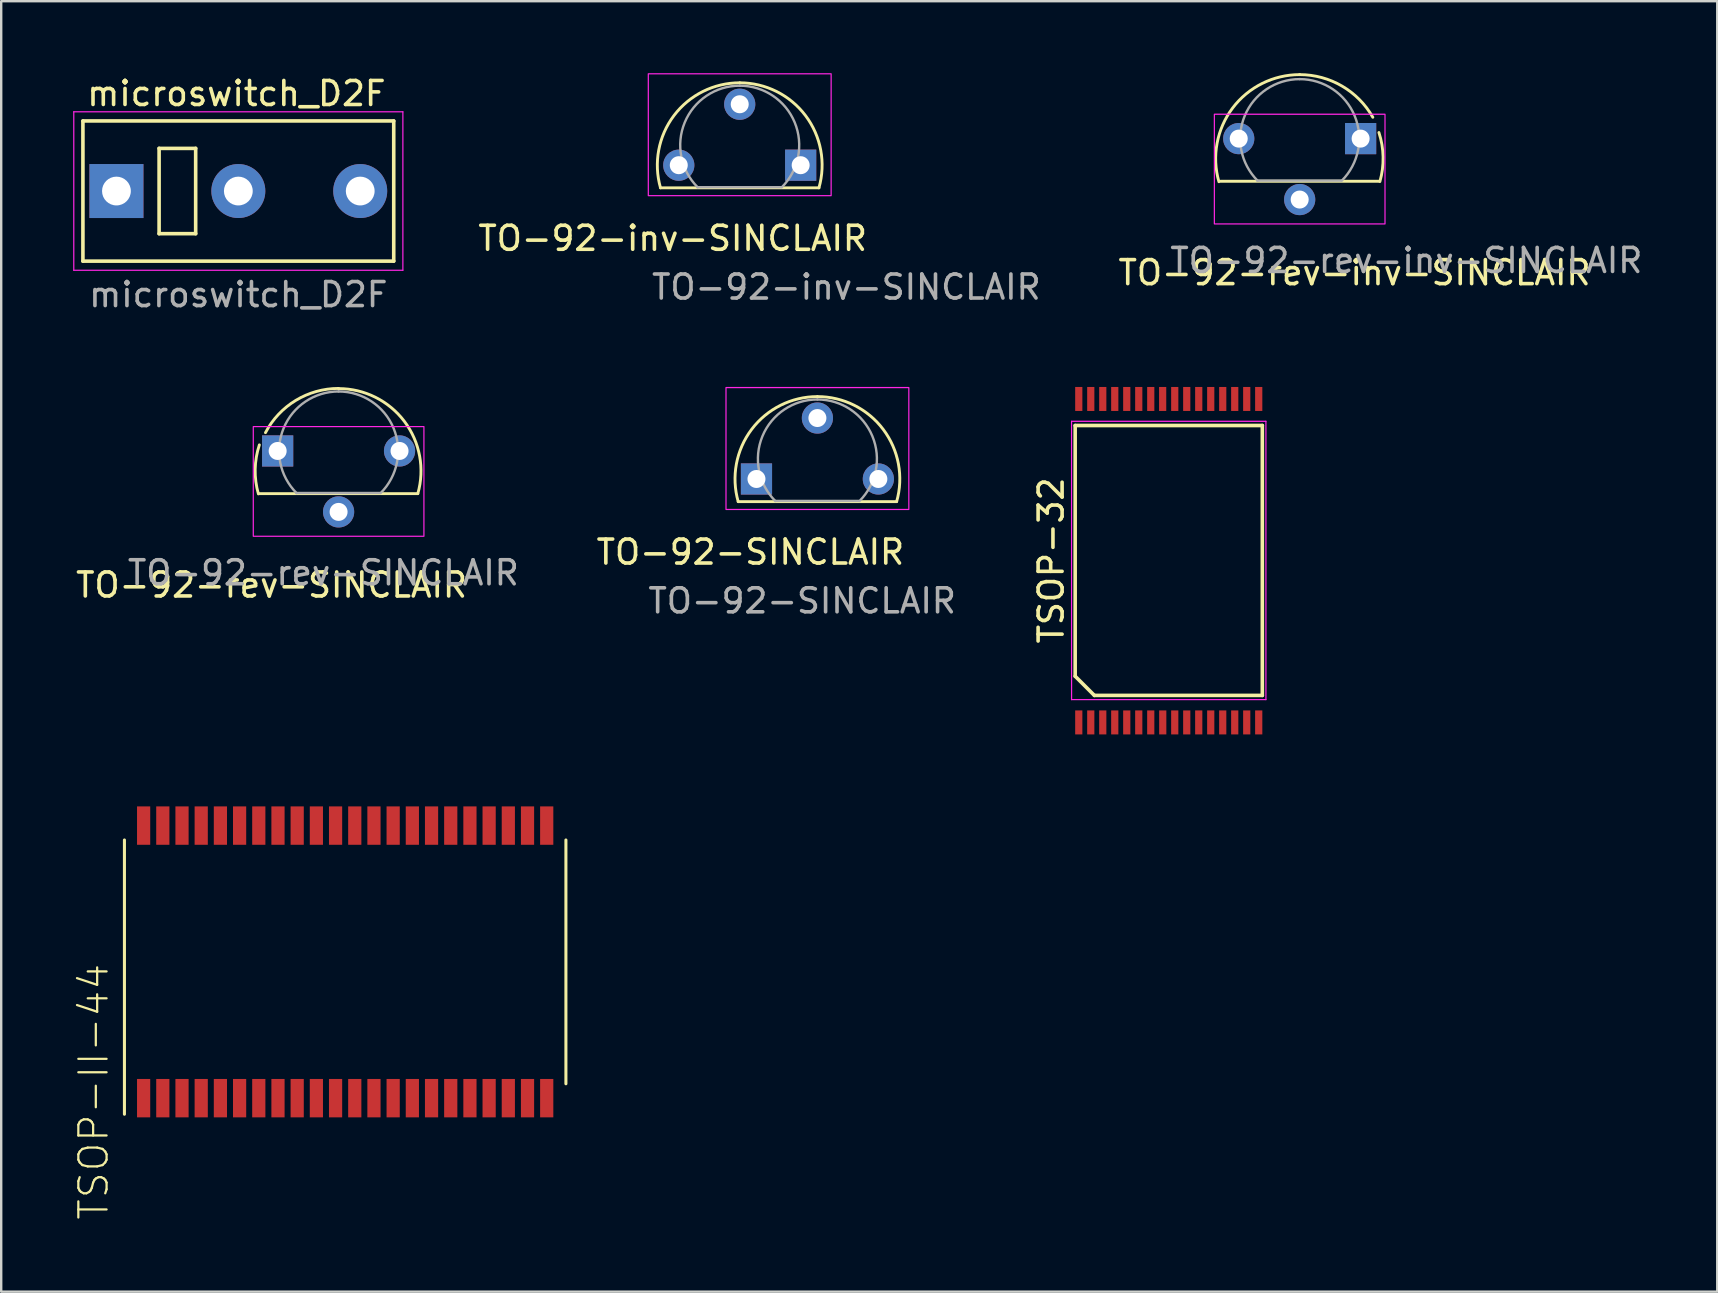
<source format=kicad_pcb>
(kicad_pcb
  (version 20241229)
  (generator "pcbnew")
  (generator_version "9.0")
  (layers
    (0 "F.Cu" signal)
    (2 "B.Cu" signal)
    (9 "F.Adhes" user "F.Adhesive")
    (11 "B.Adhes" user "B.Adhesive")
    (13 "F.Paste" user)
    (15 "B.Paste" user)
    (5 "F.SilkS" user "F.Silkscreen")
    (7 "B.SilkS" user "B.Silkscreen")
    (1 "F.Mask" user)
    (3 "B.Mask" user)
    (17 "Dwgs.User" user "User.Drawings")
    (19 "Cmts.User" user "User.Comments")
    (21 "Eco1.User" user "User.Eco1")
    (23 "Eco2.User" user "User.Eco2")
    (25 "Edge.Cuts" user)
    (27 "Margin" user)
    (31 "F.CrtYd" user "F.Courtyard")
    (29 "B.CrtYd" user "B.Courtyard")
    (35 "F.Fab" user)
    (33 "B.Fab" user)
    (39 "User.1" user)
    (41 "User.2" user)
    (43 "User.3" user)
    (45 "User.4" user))
  (footprint "TO-92-SINCLAIR"
    (layer "F.Cu")
    (at 28.478 16.913)
    (property "Reference" "TO-92-SINCLAIR" (at -0.254 3.048 0) (layer "F.SilkS") (effects (font (size 1 1) (thickness 0.15))))
    (attr through_hole)
    (fp_line (start -0.762 0.943) (end 5.842 0.943) (stroke (width 0.12) (type solid)) (layer "F.SilkS"))
    (fp_arc (start -0.761873 0.943393) (mid -0.201529 -2.067939) (end 2.54 -3.434) (stroke (width 0.12) (type solid)) (layer "F.SilkS"))
    (fp_arc (start 2.54 -3.433999) (mid 5.281529 -2.067938) (end 5.841872 0.943393) (stroke (width 0.12) (type solid)) (layer "F.SilkS"))
    (fp_rect (start -1.27 -3.81) (end 6.35 1.27) (stroke (width 0.05) (type default)) (fill no) (layer "F.CrtYd"))
    (fp_line (start 0.77 0.916) (end 4.27 0.916) (stroke (width 0.1) (type solid)) (layer "F.Fab"))
    (fp_arc (start 0.786375 0.919625) (mid 0.248779 -1.783055) (end 2.54 -3.314) (stroke (width 0.1) (type solid)) (layer "F.Fab"))
    (fp_arc (start 2.54 -3.314) (mid 4.831221 -1.783055) (end 4.293625 0.919625) (stroke (width 0.1) (type solid)) (layer "F.Fab"))
    (fp_text user "${REFERENCE}" (at 1.905 5.08 0) (layer "F.Fab") (effects (font (size 1 1) (thickness 0.15))))
    (pad "1" thru_hole rect (at 0 0) (size 1.3 1.3) (drill 0.75) (layers "*.Cu" "*.Mask"))
    (pad "2" thru_hole circle (at 2.54 -2.54) (size 1.3 1.3) (drill 0.75) (layers "*.Cu" "*.Mask"))
    (pad "3" thru_hole circle (at 5.08 0) (size 1.3 1.3) (drill 0.75) (layers "*.Cu" "*.Mask")))
  (footprint "TSOP-32"
    (layer "F.Cu")
    (at 45.661 20.309)
    (property "Reference" "TSOP-32" (at -4.9 0 90) (layer "F.SilkS") (effects (font (size 1 1) (thickness 0.15))))
    (attr smd)
    (fp_line (start -3.9 -5.625) (end 3.9 -5.625) (stroke (width 0.15) (type solid)) (layer "F.SilkS"))
    (fp_line (start -3.9 4.825) (end -3.9 -5.625) (stroke (width 0.15) (type solid)) (layer "F.SilkS"))
    (fp_line (start -3.1 5.625) (end -3.9 4.825) (stroke (width 0.15) (type solid)) (layer "F.SilkS"))
    (fp_line (start 3.9 -5.625) (end 3.9 5.625) (stroke (width 0.15) (type solid)) (layer "F.SilkS"))
    (fp_line (start 3.9 5.625) (end -3.1 5.625) (stroke (width 0.15) (type solid)) (layer "F.SilkS"))
    (fp_line (start -4.05 -5.8) (end 4.05 -5.8) (stroke (width 0.05) (type solid)) (layer "F.CrtYd"))
    (fp_line (start -4.05 5.8) (end -4.05 -5.8) (stroke (width 0.05) (type solid)) (layer "F.CrtYd"))
    (fp_line (start 4.05 -5.8) (end 4.05 5.8) (stroke (width 0.05) (type solid)) (layer "F.CrtYd"))
    (fp_line (start 4.05 5.8) (end -4.05 5.8) (stroke (width 0.05) (type solid)) (layer "F.CrtYd"))
    (pad "1" smd rect (at -3.75 6.75) (size 0.3 1) (layers "F.Cu" "F.Mask" "F.Paste"))
    (pad "2" smd rect (at -3.25 6.75) (size 0.3 1) (layers "F.Cu" "F.Mask" "F.Paste"))
    (pad "3" smd rect (at -2.75 6.75) (size 0.3 1) (layers "F.Cu" "F.Mask" "F.Paste"))
    (pad "4" smd rect (at -2.25 6.75) (size 0.3 1) (layers "F.Cu" "F.Mask" "F.Paste"))
    (pad "5" smd rect (at -1.75 6.75) (size 0.3 1) (layers "F.Cu" "F.Mask" "F.Paste"))
    (pad "6" smd rect (at -1.25 6.75) (size 0.3 1) (layers "F.Cu" "F.Mask" "F.Paste"))
    (pad "7" smd rect (at -0.75 6.75) (size 0.3 1) (layers "F.Cu" "F.Mask" "F.Paste"))
    (pad "8" smd rect (at -0.25 6.75) (size 0.3 1) (layers "F.Cu" "F.Mask" "F.Paste"))
    (pad "9" smd rect (at 0.25 6.75) (size 0.3 1) (layers "F.Cu" "F.Mask" "F.Paste"))
    (pad "10" smd rect (at 0.75 6.75) (size 0.3 1) (layers "F.Cu" "F.Mask" "F.Paste"))
    (pad "11" smd rect (at 1.25 6.75) (size 0.3 1) (layers "F.Cu" "F.Mask" "F.Paste"))
    (pad "12" smd rect (at 1.75 6.75) (size 0.3 1) (layers "F.Cu" "F.Mask" "F.Paste"))
    (pad "13" smd rect (at 2.25 6.75) (size 0.3 1) (layers "F.Cu" "F.Mask" "F.Paste"))
    (pad "14" smd rect (at 2.75 6.75) (size 0.3 1) (layers "F.Cu" "F.Mask" "F.Paste"))
    (pad "15" smd rect (at 3.25 6.75) (size 0.3 1) (layers "F.Cu" "F.Mask" "F.Paste"))
    (pad "16" smd rect (at 3.75 6.75) (size 0.3 1) (layers "F.Cu" "F.Mask" "F.Paste"))
    (pad "17" smd rect (at 3.75 -6.731) (size 0.3 1) (layers "F.Cu" "F.Mask" "F.Paste"))
    (pad "18" smd rect (at 3.25 -6.731) (size 0.3 1) (layers "F.Cu" "F.Mask" "F.Paste"))
    (pad "19" smd rect (at 2.75 -6.731) (size 0.3 1) (layers "F.Cu" "F.Mask" "F.Paste"))
    (pad "20" smd rect (at 2.25 -6.731) (size 0.3 1) (layers "F.Cu" "F.Mask" "F.Paste"))
    (pad "21" smd rect (at 1.75 -6.731) (size 0.3 1) (layers "F.Cu" "F.Mask" "F.Paste"))
    (pad "22" smd rect (at 1.25 -6.731) (size 0.3 1) (layers "F.Cu" "F.Mask" "F.Paste"))
    (pad "23" smd rect (at 0.75 -6.731) (size 0.3 1) (layers "F.Cu" "F.Mask" "F.Paste"))
    (pad "24" smd rect (at 0.25 -6.731) (size 0.3 1) (layers "F.Cu" "F.Mask" "F.Paste"))
    (pad "25" smd rect (at -0.254 -6.731) (size 0.3 1) (layers "F.Cu" "F.Mask" "F.Paste"))
    (pad "26" smd rect (at -0.75 -6.731) (size 0.3 1) (layers "F.Cu" "F.Mask" "F.Paste"))
    (pad "27" smd rect (at -1.25 -6.731) (size 0.3 1) (layers "F.Cu" "F.Mask" "F.Paste"))
    (pad "28" smd rect (at -1.75 -6.731) (size 0.3 1) (layers "F.Cu" "F.Mask" "F.Paste"))
    (pad "29" smd rect (at -2.25 -6.731) (size 0.3 1) (layers "F.Cu" "F.Mask" "F.Paste"))
    (pad "30" smd rect (at -2.75 -6.731) (size 0.3 1) (layers "F.Cu" "F.Mask" "F.Paste"))
    (pad "31" smd rect (at -3.25 -6.731) (size 0.3 1) (layers "F.Cu" "F.Mask" "F.Paste"))
    (pad "32" smd rect (at -3.75 -6.731) (size 0.3 1) (layers "F.Cu" "F.Mask" "F.Paste")))
  (footprint "TO-92-inv-SINCLAIR"
    (layer "F.Cu")
    (at 30.32 3.835)
    (property "Reference" "TO-92-inv-SINCLAIR" (at -5.334 3.048 0) (layer "F.SilkS") (effects (font (size 1 1) (thickness 0.15))))
    (attr through_hole)
    (fp_line (start -5.842 0.943) (end 0.762 0.943) (stroke (width 0.12) (type solid)) (layer "F.SilkS"))
    (fp_arc (start -5.841873 0.943393) (mid -5.281529 -2.067939) (end -2.54 -3.434) (stroke (width 0.12) (type solid)) (layer "F.SilkS"))
    (fp_arc (start -2.54 -3.433999) (mid 0.201529 -2.067938) (end 0.761872 0.943393) (stroke (width 0.12) (type solid)) (layer "F.SilkS"))
    (fp_rect (start -6.35 -3.81) (end 1.27 1.27) (stroke (width 0.05) (type default)) (fill no) (layer "F.CrtYd"))
    (fp_line (start -4.31 0.916) (end -0.81 0.916) (stroke (width 0.1) (type solid)) (layer "F.Fab"))
    (fp_arc (start -4.293625 0.919625) (mid -4.831221 -1.783055) (end -2.54 -3.314) (stroke (width 0.1) (type solid)) (layer "F.Fab"))
    (fp_arc (start -2.54 -3.314) (mid -0.248779 -1.783055) (end -0.786375 0.919625) (stroke (width 0.1) (type solid)) (layer "F.Fab"))
    (fp_text user "${REFERENCE}" (at 1.905 5.08 0) (layer "F.Fab") (effects (font (size 1 1) (thickness 0.15))))
    (pad "1" thru_hole rect (at 0 0) (size 1.3 1.3) (drill 0.75) (layers "*.Cu" "*.Mask"))
    (pad "2" thru_hole circle (at -2.54 -2.54) (size 1.3 1.3) (drill 0.75) (layers "*.Cu" "*.Mask"))
    (pad "3" thru_hole circle (at -5.08 0) (size 1.3 1.3) (drill 0.75) (layers "*.Cu" "*.Mask")))
  (footprint "microswitch_D2F"
    (layer "F.Cu")
    (at 1.803 4.912)
    (property "Reference" "microswitch_D2F" (at 5 -4.064 0) (layer "F.SilkS") (effects (font (size 1 1) (thickness 0.15))))
    (attr through_hole)
    (fp_line (start -1.397 -2.921) (end -1.397 2.921) (stroke (width 0.15) (type solid)) (layer "F.SilkS"))
    (fp_line (start -1.397 -2.921) (end 11.557 -2.921) (stroke (width 0.15) (type solid)) (layer "F.SilkS"))
    (fp_line (start -1.397 2.921) (end 11.557 2.921) (stroke (width 0.15) (type solid)) (layer "F.SilkS"))
    (fp_line (start 1.778 -1.778) (end 1.778 1.778) (stroke (width 0.15) (type solid)) (layer "F.SilkS"))
    (fp_line (start 1.778 1.778) (end 3.302 1.778) (stroke (width 0.15) (type solid)) (layer "F.SilkS"))
    (fp_line (start 3.302 -1.778) (end 1.778 -1.778) (stroke (width 0.15) (type solid)) (layer "F.SilkS"))
    (fp_line (start 3.302 1.778) (end 3.302 -1.778) (stroke (width 0.15) (type solid)) (layer "F.SilkS"))
    (fp_line (start 11.557 -2.921) (end 11.557 2.921) (stroke (width 0.15) (type solid)) (layer "F.SilkS"))
    (fp_line (start -1.778 -3.302) (end 11.938 -3.302) (stroke (width 0.05) (type solid)) (layer "F.CrtYd"))
    (fp_line (start -1.778 3.302) (end -1.778 -3.302) (stroke (width 0.05) (type solid)) (layer "F.CrtYd"))
    (fp_line (start 11.938 -3.302) (end 11.938 3.302) (stroke (width 0.05) (type solid)) (layer "F.CrtYd"))
    (fp_line (start 11.938 3.302) (end -1.778 3.302) (stroke (width 0.05) (type solid)) (layer "F.CrtYd"))
    (fp_text user "${REFERENCE}" (at 5.08 4.318 0) (layer "F.Fab") (effects (font (size 1 1) (thickness 0.15))))
    (pad "1" thru_hole circle (at 10.16 0) (size 2.25 2.25) (drill 1.2) (layers "*.Cu" "*.Mask"))
    (pad "2" thru_hole rect (at 0 0 90) (size 2.25 2.25) (drill 1.2) (layers "*.Cu" "*.Mask"))
    (pad "3" thru_hole circle (at 5.08 0) (size 2.25 2.25) (drill 1.2) (layers "*.Cu" "*.Mask")))
  (footprint "TO-92-rev-SINCLAIR"
    (layer "F.Cu")
    (at 8.522 15.745)
    (property "Reference" "TO-92-rev-SINCLAIR" (at -0.254 5.588 0) (layer "F.SilkS") (effects (font (size 1 1) (thickness 0.15))))
    (attr through_hole)
    (fp_line (start -0.762 1.778) (end 5.842 1.778) (stroke (width 0.12) (type solid)) (layer "F.SilkS"))
    (fp_arc (start -0.803044 1.789763) (mid -0.936117 0.764797) (end -0.761999 -0.254) (stroke (width 0.12) (type solid)) (layer "F.SilkS"))
    (fp_arc (start -0.507999 -0.762) (mid 0.758741 -2.109297) (end 2.539999 -2.606244) (stroke (width 0.12) (type solid)) (layer "F.SilkS"))
    (fp_arc (start 2.54 -2.599393) (mid 5.281529 -1.233332) (end 5.841872 1.777999) (stroke (width 0.12) (type solid)) (layer "F.SilkS"))
    (fp_rect (start -1.016 -1.016) (end 6.096 3.556) (stroke (width 0.05) (type default)) (fill no) (layer "F.CrtYd"))
    (fp_line (start 0.77 1.751) (end 4.27 1.751) (stroke (width 0.1) (type solid)) (layer "F.Fab"))
    (fp_arc (start 0.786375 1.754232) (mid 0.248779 -0.948448) (end 2.54 -2.479393) (stroke (width 0.1) (type solid)) (layer "F.Fab"))
    (fp_arc (start 2.54 -2.479393) (mid 4.831221 -0.948448) (end 4.293625 1.754232) (stroke (width 0.1) (type solid)) (layer "F.Fab"))
    (fp_text user "${REFERENCE}" (at 1.905 5.08 0) (layer "F.Fab") (effects (font (size 1 1) (thickness 0.15))))
    (pad "1" thru_hole rect (at 0 0) (size 1.3 1.3) (drill 0.75) (layers "*.Cu" "*.Mask"))
    (pad "2" thru_hole circle (at 2.54 2.54) (size 1.3 1.3) (drill 0.75) (layers "*.Cu" "*.Mask"))
    (pad "3" thru_hole circle (at 5.08 0) (size 1.3 1.3) (drill 0.75) (layers "*.Cu" "*.Mask")))
  (footprint "TSOP-II-44"
    (layer "F.Cu")
    (at 11.336 37.039)
    (property "Reference" "TSOP-II-44" (at -10.484 0 270) (layer "F.SilkS") (effects (font (size 1.177 1.177) (thickness 0.093)) (justify right)))
    (fp_line (start -9.2 6.35) (end -9.2 -5.08) (stroke (width 0.127) (type solid)) (layer "F.SilkS"))
    (fp_line (start 9.2 -5.08) (end 9.2 5.08) (stroke (width 0.127) (type solid)) (layer "F.SilkS"))
    (pad "1" smd rect (at -8.4 5.68 180) (size 0.55 1.6) (layers "F.Cu" "F.Mask" "F.Paste"))
    (pad "2" smd rect (at -7.6 5.68 180) (size 0.55 1.6) (layers "F.Cu" "F.Mask" "F.Paste"))
    (pad "3" smd rect (at -6.8 5.68 180) (size 0.55 1.6) (layers "F.Cu" "F.Mask" "F.Paste"))
    (pad "4" smd rect (at -6 5.68 180) (size 0.55 1.6) (layers "F.Cu" "F.Mask" "F.Paste"))
    (pad "5" smd rect (at -5.2 5.68 180) (size 0.55 1.6) (layers "F.Cu" "F.Mask" "F.Paste"))
    (pad "6" smd rect (at -4.4 5.68 180) (size 0.55 1.6) (layers "F.Cu" "F.Mask" "F.Paste"))
    (pad "7" smd rect (at -3.6 5.68 180) (size 0.55 1.6) (layers "F.Cu" "F.Mask" "F.Paste"))
    (pad "8" smd rect (at -2.8 5.68 180) (size 0.55 1.6) (layers "F.Cu" "F.Mask" "F.Paste"))
    (pad "9" smd rect (at -2 5.68 180) (size 0.55 1.6) (layers "F.Cu" "F.Mask" "F.Paste"))
    (pad "10" smd rect (at -1.2 5.68 180) (size 0.55 1.6) (layers "F.Cu" "F.Mask" "F.Paste"))
    (pad "11" smd rect (at -0.4 5.68 180) (size 0.55 1.6) (layers "F.Cu" "F.Mask" "F.Paste"))
    (pad "12" smd rect (at 0.4 5.68 180) (size 0.55 1.6) (layers "F.Cu" "F.Mask" "F.Paste"))
    (pad "13" smd rect (at 1.2 5.68 180) (size 0.55 1.6) (layers "F.Cu" "F.Mask" "F.Paste"))
    (pad "14" smd rect (at 2 5.68 180) (size 0.55 1.6) (layers "F.Cu" "F.Mask" "F.Paste"))
    (pad "15" smd rect (at 2.8 5.68 180) (size 0.55 1.6) (layers "F.Cu" "F.Mask" "F.Paste"))
    (pad "16" smd rect (at 3.6 5.68 180) (size 0.55 1.6) (layers "F.Cu" "F.Mask" "F.Paste"))
    (pad "17" smd rect (at 4.4 5.68 180) (size 0.55 1.6) (layers "F.Cu" "F.Mask" "F.Paste"))
    (pad "18" smd rect (at 5.2 5.68 180) (size 0.55 1.6) (layers "F.Cu" "F.Mask" "F.Paste"))
    (pad "19" smd rect (at 6 5.68 180) (size 0.55 1.6) (layers "F.Cu" "F.Mask" "F.Paste"))
    (pad "20" smd rect (at 6.8 5.68 180) (size 0.55 1.6) (layers "F.Cu" "F.Mask" "F.Paste"))
    (pad "21" smd rect (at 7.6 5.68 180) (size 0.55 1.6) (layers "F.Cu" "F.Mask" "F.Paste"))
    (pad "22" smd rect (at 8.4 5.68 180) (size 0.55 1.6) (layers "F.Cu" "F.Mask" "F.Paste"))
    (pad "23" smd rect (at 8.4 -5.68 180) (size 0.55 1.6) (layers "F.Cu" "F.Mask" "F.Paste"))
    (pad "24" smd rect (at 7.6 -5.68 180) (size 0.55 1.6) (layers "F.Cu" "F.Mask" "F.Paste"))
    (pad "25" smd rect (at 6.8 -5.68 180) (size 0.55 1.6) (layers "F.Cu" "F.Mask" "F.Paste"))
    (pad "26" smd rect (at 6 -5.68 180) (size 0.55 1.6) (layers "F.Cu" "F.Mask" "F.Paste"))
    (pad "27" smd rect (at 5.2 -5.68 180) (size 0.55 1.6) (layers "F.Cu" "F.Mask" "F.Paste"))
    (pad "28" smd rect (at 4.4 -5.68 180) (size 0.55 1.6) (layers "F.Cu" "F.Mask" "F.Paste"))
    (pad "29" smd rect (at 3.6 -5.68 180) (size 0.55 1.6) (layers "F.Cu" "F.Mask" "F.Paste"))
    (pad "30" smd rect (at 2.8 -5.68 180) (size 0.55 1.6) (layers "F.Cu" "F.Mask" "F.Paste"))
    (pad "31" smd rect (at 2 -5.68 180) (size 0.55 1.6) (layers "F.Cu" "F.Mask" "F.Paste"))
    (pad "32" smd rect (at 1.2 -5.68 180) (size 0.55 1.6) (layers "F.Cu" "F.Mask" "F.Paste"))
    (pad "33" smd rect (at 0.4 -5.68 180) (size 0.55 1.6) (layers "F.Cu" "F.Mask" "F.Paste"))
    (pad "34" smd rect (at -0.4 -5.68 180) (size 0.55 1.6) (layers "F.Cu" "F.Mask" "F.Paste"))
    (pad "35" smd rect (at -1.2 -5.68 180) (size 0.55 1.6) (layers "F.Cu" "F.Mask" "F.Paste"))
    (pad "36" smd rect (at -2 -5.68 180) (size 0.55 1.6) (layers "F.Cu" "F.Mask" "F.Paste"))
    (pad "37" smd rect (at -2.8 -5.68 180) (size 0.55 1.6) (layers "F.Cu" "F.Mask" "F.Paste"))
    (pad "38" smd rect (at -3.6 -5.68 180) (size 0.55 1.6) (layers "F.Cu" "F.Mask" "F.Paste"))
    (pad "39" smd rect (at -4.4 -5.68 180) (size 0.55 1.6) (layers "F.Cu" "F.Mask" "F.Paste"))
    (pad "40" smd rect (at -5.2 -5.68 180) (size 0.55 1.6) (layers "F.Cu" "F.Mask" "F.Paste"))
    (pad "41" smd rect (at -6 -5.68 180) (size 0.55 1.6) (layers "F.Cu" "F.Mask" "F.Paste"))
    (pad "42" smd rect (at -6.8 -5.68 180) (size 0.55 1.6) (layers "F.Cu" "F.Mask" "F.Paste"))
    (pad "43" smd rect (at -7.6 -5.68 180) (size 0.55 1.6) (layers "F.Cu" "F.Mask" "F.Paste"))
    (pad "44" smd rect (at -8.4 -5.68 180) (size 0.55 1.6) (layers "F.Cu" "F.Mask" "F.Paste")))
  (footprint "TO-92-rev-inv-SINCLAIR"
    (layer "F.Cu")
    (at 53.658 2.727)
    (property "Reference" "TO-92-rev-inv-SINCLAIR" (at -0.254 5.588 0) (layer "F.SilkS") (effects (font (size 1 1) (thickness 0.15))))
    (attr through_hole)
    (fp_line (start -5.842 1.778) (end 0.762 1.778) (stroke (width 0.12) (type solid)) (layer "F.SilkS"))
    (fp_arc (start -5.906855 1.796565) (mid -5.335481 -1.274036) (end -2.54 -2.667) (stroke (width 0.12) (type solid)) (layer "F.SilkS"))
    (fp_arc (start -2.54 -2.667) (mid -0.775657 -2.190016) (end 0.508013 -0.889013) (stroke (width 0.12) (type solid)) (layer "F.SilkS"))
    (fp_arc (start 0.762 -0.254) (mid 0.936119 0.764796) (end 0.803046 1.789761) (stroke (width 0.12) (type solid)) (layer "F.SilkS"))
    (fp_rect (start -6.096 -1.016) (end 1.016 3.556) (stroke (width 0.05) (type default)) (fill no) (layer "F.CrtYd"))
    (fp_line (start -4.31 1.751) (end -0.81 1.751) (stroke (width 0.1) (type solid)) (layer "F.Fab"))
    (fp_arc (start -4.293625 1.754232) (mid -4.831221 -0.948448) (end -2.54 -2.479393) (stroke (width 0.1) (type solid)) (layer "F.Fab"))
    (fp_arc (start -2.54 -2.479393) (mid -0.248784 -0.94845) (end -0.786375 1.754232) (stroke (width 0.1) (type solid)) (layer "F.Fab"))
    (fp_text user "${REFERENCE}" (at 1.905 5.08 0) (layer "F.Fab") (effects (font (size 1 1) (thickness 0.15))))
    (pad "1" thru_hole rect (at 0 0) (size 1.3 1.3) (drill 0.75) (layers "*.Cu" "*.Mask"))
    (pad "2" thru_hole circle (at -2.54 2.54) (size 1.3 1.3) (drill 0.75) (layers "*.Cu" "*.Mask"))
    (pad "3" thru_hole circle (at -5.08 0) (size 1.3 1.3) (drill 0.75) (layers "*.Cu" "*.Mask")))
  (gr_rect
    (start -3 -3)
    (end 68.521 50.785)
    (stroke (width 0.1) (type default))
    (fill no)
    (layer "Edge.Cuts")))
</source>
